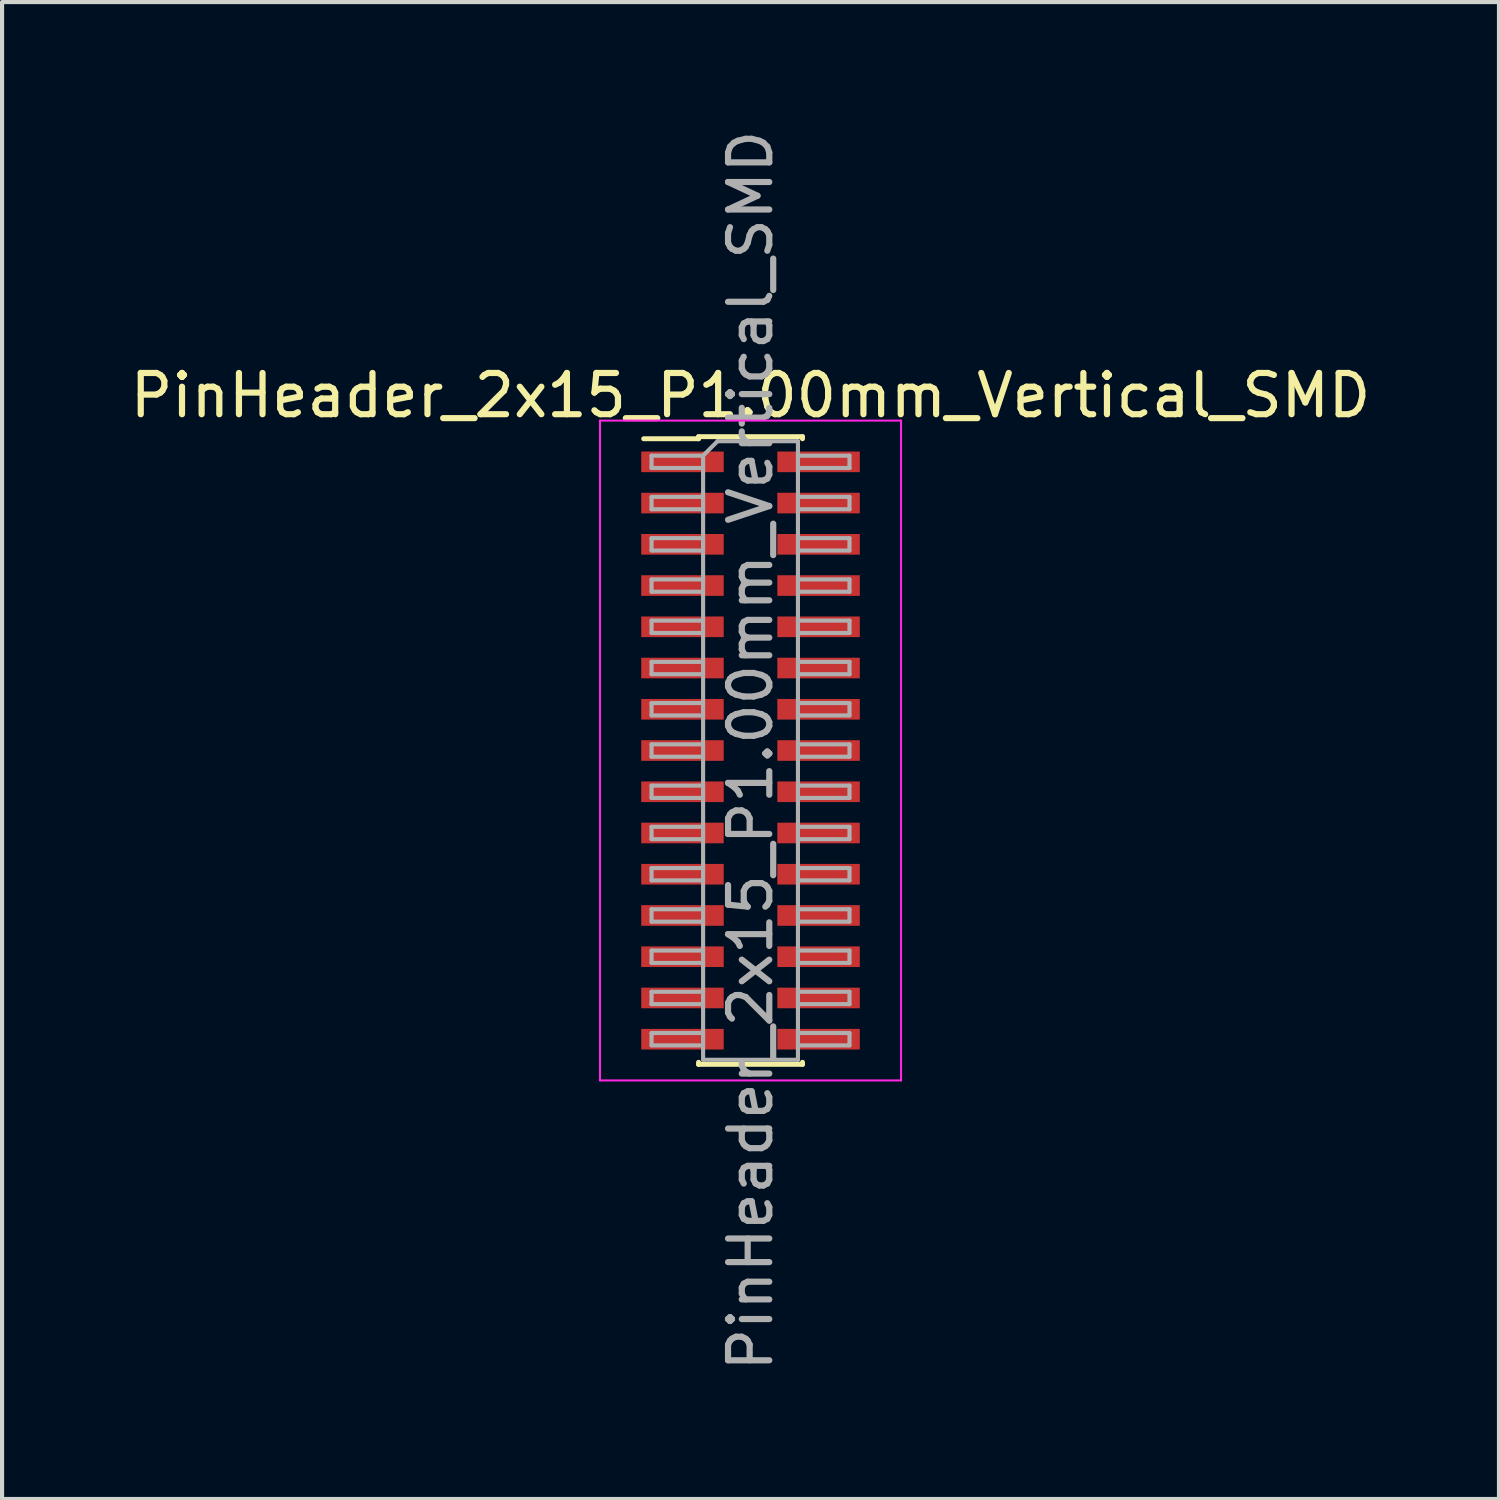
<source format=kicad_pcb>
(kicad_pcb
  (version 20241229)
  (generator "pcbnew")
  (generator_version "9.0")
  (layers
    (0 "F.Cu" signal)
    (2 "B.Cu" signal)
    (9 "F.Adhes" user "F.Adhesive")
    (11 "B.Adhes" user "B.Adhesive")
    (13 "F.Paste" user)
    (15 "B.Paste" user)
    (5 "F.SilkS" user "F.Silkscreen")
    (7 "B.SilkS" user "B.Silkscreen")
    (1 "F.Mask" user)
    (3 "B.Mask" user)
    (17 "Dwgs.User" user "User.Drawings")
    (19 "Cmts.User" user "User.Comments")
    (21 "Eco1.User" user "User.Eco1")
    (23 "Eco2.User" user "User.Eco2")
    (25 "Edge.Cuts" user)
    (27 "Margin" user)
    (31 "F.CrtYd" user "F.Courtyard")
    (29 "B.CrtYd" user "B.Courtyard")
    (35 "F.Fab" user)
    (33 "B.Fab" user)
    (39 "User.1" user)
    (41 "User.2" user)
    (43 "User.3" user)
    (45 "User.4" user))
  (footprint "PinHeader_2x15_P1.00mm_Vertical_SMD"
    (layer "F.Cu")
    (at 15.149 15.149)
    (property "Reference" "PinHeader_2x15_P1.00mm_Vertical_SMD" (at 0 -8.61 0) (layer "F.SilkS") (effects (font (size 1 1) (thickness 0.15))))
    (attr smd)
    (fp_line (start -2.59 -7.56) (end -1.26 -7.56) (stroke (width 0.12) (type solid)) (layer "F.SilkS"))
    (fp_line (start -1.26 -7.61) (end -1.26 -7.56) (stroke (width 0.12) (type solid)) (layer "F.SilkS"))
    (fp_line (start -1.26 -7.61) (end 1.26 -7.61) (stroke (width 0.12) (type solid)) (layer "F.SilkS"))
    (fp_line (start -1.26 7.56) (end -1.26 7.61) (stroke (width 0.12) (type solid)) (layer "F.SilkS"))
    (fp_line (start -1.26 7.61) (end 1.26 7.61) (stroke (width 0.12) (type solid)) (layer "F.SilkS"))
    (fp_line (start 1.26 -7.61) (end 1.26 -7.56) (stroke (width 0.12) (type solid)) (layer "F.SilkS"))
    (fp_line (start 1.26 7.56) (end 1.26 7.61) (stroke (width 0.12) (type solid)) (layer "F.SilkS"))
    (fp_line (start -3.65 -8) (end -3.65 8) (stroke (width 0.05) (type solid)) (layer "F.CrtYd"))
    (fp_line (start -3.65 8) (end 3.65 8) (stroke (width 0.05) (type solid)) (layer "F.CrtYd"))
    (fp_line (start 3.65 -8) (end -3.65 -8) (stroke (width 0.05) (type solid)) (layer "F.CrtYd"))
    (fp_line (start 3.65 8) (end 3.65 -8) (stroke (width 0.05) (type solid)) (layer "F.CrtYd"))
    (fp_line (start -2.4 -7.15) (end -2.4 -6.85) (stroke (width 0.1) (type solid)) (layer "F.Fab"))
    (fp_line (start -2.4 -6.85) (end -1.15 -6.85) (stroke (width 0.1) (type solid)) (layer "F.Fab"))
    (fp_line (start -2.4 -6.15) (end -2.4 -5.85) (stroke (width 0.1) (type solid)) (layer "F.Fab"))
    (fp_line (start -2.4 -5.85) (end -1.15 -5.85) (stroke (width 0.1) (type solid)) (layer "F.Fab"))
    (fp_line (start -2.4 -5.15) (end -2.4 -4.85) (stroke (width 0.1) (type solid)) (layer "F.Fab"))
    (fp_line (start -2.4 -4.85) (end -1.15 -4.85) (stroke (width 0.1) (type solid)) (layer "F.Fab"))
    (fp_line (start -2.4 -4.15) (end -2.4 -3.85) (stroke (width 0.1) (type solid)) (layer "F.Fab"))
    (fp_line (start -2.4 -3.85) (end -1.15 -3.85) (stroke (width 0.1) (type solid)) (layer "F.Fab"))
    (fp_line (start -2.4 -3.15) (end -2.4 -2.85) (stroke (width 0.1) (type solid)) (layer "F.Fab"))
    (fp_line (start -2.4 -2.85) (end -1.15 -2.85) (stroke (width 0.1) (type solid)) (layer "F.Fab"))
    (fp_line (start -2.4 -2.15) (end -2.4 -1.85) (stroke (width 0.1) (type solid)) (layer "F.Fab"))
    (fp_line (start -2.4 -1.85) (end -1.15 -1.85) (stroke (width 0.1) (type solid)) (layer "F.Fab"))
    (fp_line (start -2.4 -1.15) (end -2.4 -0.85) (stroke (width 0.1) (type solid)) (layer "F.Fab"))
    (fp_line (start -2.4 -0.85) (end -1.15 -0.85) (stroke (width 0.1) (type solid)) (layer "F.Fab"))
    (fp_line (start -2.4 -0.15) (end -2.4 0.15) (stroke (width 0.1) (type solid)) (layer "F.Fab"))
    (fp_line (start -2.4 0.15) (end -1.15 0.15) (stroke (width 0.1) (type solid)) (layer "F.Fab"))
    (fp_line (start -2.4 0.85) (end -2.4 1.15) (stroke (width 0.1) (type solid)) (layer "F.Fab"))
    (fp_line (start -2.4 1.15) (end -1.15 1.15) (stroke (width 0.1) (type solid)) (layer "F.Fab"))
    (fp_line (start -2.4 1.85) (end -2.4 2.15) (stroke (width 0.1) (type solid)) (layer "F.Fab"))
    (fp_line (start -2.4 2.15) (end -1.15 2.15) (stroke (width 0.1) (type solid)) (layer "F.Fab"))
    (fp_line (start -2.4 2.85) (end -2.4 3.15) (stroke (width 0.1) (type solid)) (layer "F.Fab"))
    (fp_line (start -2.4 3.15) (end -1.15 3.15) (stroke (width 0.1) (type solid)) (layer "F.Fab"))
    (fp_line (start -2.4 3.85) (end -2.4 4.15) (stroke (width 0.1) (type solid)) (layer "F.Fab"))
    (fp_line (start -2.4 4.15) (end -1.15 4.15) (stroke (width 0.1) (type solid)) (layer "F.Fab"))
    (fp_line (start -2.4 4.85) (end -2.4 5.15) (stroke (width 0.1) (type solid)) (layer "F.Fab"))
    (fp_line (start -2.4 5.15) (end -1.15 5.15) (stroke (width 0.1) (type solid)) (layer "F.Fab"))
    (fp_line (start -2.4 5.85) (end -2.4 6.15) (stroke (width 0.1) (type solid)) (layer "F.Fab"))
    (fp_line (start -2.4 6.15) (end -1.15 6.15) (stroke (width 0.1) (type solid)) (layer "F.Fab"))
    (fp_line (start -2.4 6.85) (end -2.4 7.15) (stroke (width 0.1) (type solid)) (layer "F.Fab"))
    (fp_line (start -2.4 7.15) (end -1.15 7.15) (stroke (width 0.1) (type solid)) (layer "F.Fab"))
    (fp_line (start -1.15 -7.15) (end -2.4 -7.15) (stroke (width 0.1) (type solid)) (layer "F.Fab"))
    (fp_line (start -1.15 -7.15) (end -0.8 -7.5) (stroke (width 0.1) (type solid)) (layer "F.Fab"))
    (fp_line (start -1.15 -6.15) (end -2.4 -6.15) (stroke (width 0.1) (type solid)) (layer "F.Fab"))
    (fp_line (start -1.15 -5.15) (end -2.4 -5.15) (stroke (width 0.1) (type solid)) (layer "F.Fab"))
    (fp_line (start -1.15 -4.15) (end -2.4 -4.15) (stroke (width 0.1) (type solid)) (layer "F.Fab"))
    (fp_line (start -1.15 -3.15) (end -2.4 -3.15) (stroke (width 0.1) (type solid)) (layer "F.Fab"))
    (fp_line (start -1.15 -2.15) (end -2.4 -2.15) (stroke (width 0.1) (type solid)) (layer "F.Fab"))
    (fp_line (start -1.15 -1.15) (end -2.4 -1.15) (stroke (width 0.1) (type solid)) (layer "F.Fab"))
    (fp_line (start -1.15 -0.15) (end -2.4 -0.15) (stroke (width 0.1) (type solid)) (layer "F.Fab"))
    (fp_line (start -1.15 0.85) (end -2.4 0.85) (stroke (width 0.1) (type solid)) (layer "F.Fab"))
    (fp_line (start -1.15 1.85) (end -2.4 1.85) (stroke (width 0.1) (type solid)) (layer "F.Fab"))
    (fp_line (start -1.15 2.85) (end -2.4 2.85) (stroke (width 0.1) (type solid)) (layer "F.Fab"))
    (fp_line (start -1.15 3.85) (end -2.4 3.85) (stroke (width 0.1) (type solid)) (layer "F.Fab"))
    (fp_line (start -1.15 4.85) (end -2.4 4.85) (stroke (width 0.1) (type solid)) (layer "F.Fab"))
    (fp_line (start -1.15 5.85) (end -2.4 5.85) (stroke (width 0.1) (type solid)) (layer "F.Fab"))
    (fp_line (start -1.15 6.85) (end -2.4 6.85) (stroke (width 0.1) (type solid)) (layer "F.Fab"))
    (fp_line (start -1.15 7.5) (end -1.15 -7.15) (stroke (width 0.1) (type solid)) (layer "F.Fab"))
    (fp_line (start -0.8 -7.5) (end 1.15 -7.5) (stroke (width 0.1) (type solid)) (layer "F.Fab"))
    (fp_line (start 1.15 -7.5) (end 1.15 7.5) (stroke (width 0.1) (type solid)) (layer "F.Fab"))
    (fp_line (start 1.15 -7.15) (end 2.4 -7.15) (stroke (width 0.1) (type solid)) (layer "F.Fab"))
    (fp_line (start 1.15 -6.15) (end 2.4 -6.15) (stroke (width 0.1) (type solid)) (layer "F.Fab"))
    (fp_line (start 1.15 -5.15) (end 2.4 -5.15) (stroke (width 0.1) (type solid)) (layer "F.Fab"))
    (fp_line (start 1.15 -4.15) (end 2.4 -4.15) (stroke (width 0.1) (type solid)) (layer "F.Fab"))
    (fp_line (start 1.15 -3.15) (end 2.4 -3.15) (stroke (width 0.1) (type solid)) (layer "F.Fab"))
    (fp_line (start 1.15 -2.15) (end 2.4 -2.15) (stroke (width 0.1) (type solid)) (layer "F.Fab"))
    (fp_line (start 1.15 -1.15) (end 2.4 -1.15) (stroke (width 0.1) (type solid)) (layer "F.Fab"))
    (fp_line (start 1.15 -0.15) (end 2.4 -0.15) (stroke (width 0.1) (type solid)) (layer "F.Fab"))
    (fp_line (start 1.15 0.85) (end 2.4 0.85) (stroke (width 0.1) (type solid)) (layer "F.Fab"))
    (fp_line (start 1.15 1.85) (end 2.4 1.85) (stroke (width 0.1) (type solid)) (layer "F.Fab"))
    (fp_line (start 1.15 2.85) (end 2.4 2.85) (stroke (width 0.1) (type solid)) (layer "F.Fab"))
    (fp_line (start 1.15 3.85) (end 2.4 3.85) (stroke (width 0.1) (type solid)) (layer "F.Fab"))
    (fp_line (start 1.15 4.85) (end 2.4 4.85) (stroke (width 0.1) (type solid)) (layer "F.Fab"))
    (fp_line (start 1.15 5.85) (end 2.4 5.85) (stroke (width 0.1) (type solid)) (layer "F.Fab"))
    (fp_line (start 1.15 6.85) (end 2.4 6.85) (stroke (width 0.1) (type solid)) (layer "F.Fab"))
    (fp_line (start 1.15 7.5) (end -1.15 7.5) (stroke (width 0.1) (type solid)) (layer "F.Fab"))
    (fp_line (start 2.4 -7.15) (end 2.4 -6.85) (stroke (width 0.1) (type solid)) (layer "F.Fab"))
    (fp_line (start 2.4 -6.85) (end 1.15 -6.85) (stroke (width 0.1) (type solid)) (layer "F.Fab"))
    (fp_line (start 2.4 -6.15) (end 2.4 -5.85) (stroke (width 0.1) (type solid)) (layer "F.Fab"))
    (fp_line (start 2.4 -5.85) (end 1.15 -5.85) (stroke (width 0.1) (type solid)) (layer "F.Fab"))
    (fp_line (start 2.4 -5.15) (end 2.4 -4.85) (stroke (width 0.1) (type solid)) (layer "F.Fab"))
    (fp_line (start 2.4 -4.85) (end 1.15 -4.85) (stroke (width 0.1) (type solid)) (layer "F.Fab"))
    (fp_line (start 2.4 -4.15) (end 2.4 -3.85) (stroke (width 0.1) (type solid)) (layer "F.Fab"))
    (fp_line (start 2.4 -3.85) (end 1.15 -3.85) (stroke (width 0.1) (type solid)) (layer "F.Fab"))
    (fp_line (start 2.4 -3.15) (end 2.4 -2.85) (stroke (width 0.1) (type solid)) (layer "F.Fab"))
    (fp_line (start 2.4 -2.85) (end 1.15 -2.85) (stroke (width 0.1) (type solid)) (layer "F.Fab"))
    (fp_line (start 2.4 -2.15) (end 2.4 -1.85) (stroke (width 0.1) (type solid)) (layer "F.Fab"))
    (fp_line (start 2.4 -1.85) (end 1.15 -1.85) (stroke (width 0.1) (type solid)) (layer "F.Fab"))
    (fp_line (start 2.4 -1.15) (end 2.4 -0.85) (stroke (width 0.1) (type solid)) (layer "F.Fab"))
    (fp_line (start 2.4 -0.85) (end 1.15 -0.85) (stroke (width 0.1) (type solid)) (layer "F.Fab"))
    (fp_line (start 2.4 -0.15) (end 2.4 0.15) (stroke (width 0.1) (type solid)) (layer "F.Fab"))
    (fp_line (start 2.4 0.15) (end 1.15 0.15) (stroke (width 0.1) (type solid)) (layer "F.Fab"))
    (fp_line (start 2.4 0.85) (end 2.4 1.15) (stroke (width 0.1) (type solid)) (layer "F.Fab"))
    (fp_line (start 2.4 1.15) (end 1.15 1.15) (stroke (width 0.1) (type solid)) (layer "F.Fab"))
    (fp_line (start 2.4 1.85) (end 2.4 2.15) (stroke (width 0.1) (type solid)) (layer "F.Fab"))
    (fp_line (start 2.4 2.15) (end 1.15 2.15) (stroke (width 0.1) (type solid)) (layer "F.Fab"))
    (fp_line (start 2.4 2.85) (end 2.4 3.15) (stroke (width 0.1) (type solid)) (layer "F.Fab"))
    (fp_line (start 2.4 3.15) (end 1.15 3.15) (stroke (width 0.1) (type solid)) (layer "F.Fab"))
    (fp_line (start 2.4 3.85) (end 2.4 4.15) (stroke (width 0.1) (type solid)) (layer "F.Fab"))
    (fp_line (start 2.4 4.15) (end 1.15 4.15) (stroke (width 0.1) (type solid)) (layer "F.Fab"))
    (fp_line (start 2.4 4.85) (end 2.4 5.15) (stroke (width 0.1) (type solid)) (layer "F.Fab"))
    (fp_line (start 2.4 5.15) (end 1.15 5.15) (stroke (width 0.1) (type solid)) (layer "F.Fab"))
    (fp_line (start 2.4 5.85) (end 2.4 6.15) (stroke (width 0.1) (type solid)) (layer "F.Fab"))
    (fp_line (start 2.4 6.15) (end 1.15 6.15) (stroke (width 0.1) (type solid)) (layer "F.Fab"))
    (fp_line (start 2.4 6.85) (end 2.4 7.15) (stroke (width 0.1) (type solid)) (layer "F.Fab"))
    (fp_line (start 2.4 7.15) (end 1.15 7.15) (stroke (width 0.1) (type solid)) (layer "F.Fab"))
    (fp_text user "${REFERENCE}" (at 0 0 90) (layer "F.Fab") (effects (font (size 1 1) (thickness 0.15))))
    (pad "1" smd rect (at -1.65 -7) (size 2 0.5) (layers "F.Cu" "F.Mask" "F.Paste"))
    (pad "2" smd rect (at 1.65 -7) (size 2 0.5) (layers "F.Cu" "F.Mask" "F.Paste"))
    (pad "3" smd rect (at -1.65 -6) (size 2 0.5) (layers "F.Cu" "F.Mask" "F.Paste"))
    (pad "4" smd rect (at 1.65 -6) (size 2 0.5) (layers "F.Cu" "F.Mask" "F.Paste"))
    (pad "5" smd rect (at -1.65 -5) (size 2 0.5) (layers "F.Cu" "F.Mask" "F.Paste"))
    (pad "6" smd rect (at 1.65 -5) (size 2 0.5) (layers "F.Cu" "F.Mask" "F.Paste"))
    (pad "7" smd rect (at -1.65 -4) (size 2 0.5) (layers "F.Cu" "F.Mask" "F.Paste"))
    (pad "8" smd rect (at 1.65 -4) (size 2 0.5) (layers "F.Cu" "F.Mask" "F.Paste"))
    (pad "9" smd rect (at -1.65 -3) (size 2 0.5) (layers "F.Cu" "F.Mask" "F.Paste"))
    (pad "10" smd rect (at 1.65 -3) (size 2 0.5) (layers "F.Cu" "F.Mask" "F.Paste"))
    (pad "11" smd rect (at -1.65 -2) (size 2 0.5) (layers "F.Cu" "F.Mask" "F.Paste"))
    (pad "12" smd rect (at 1.65 -2) (size 2 0.5) (layers "F.Cu" "F.Mask" "F.Paste"))
    (pad "13" smd rect (at -1.65 -1) (size 2 0.5) (layers "F.Cu" "F.Mask" "F.Paste"))
    (pad "14" smd rect (at 1.65 -1) (size 2 0.5) (layers "F.Cu" "F.Mask" "F.Paste"))
    (pad "15" smd rect (at -1.65 0) (size 2 0.5) (layers "F.Cu" "F.Mask" "F.Paste"))
    (pad "16" smd rect (at 1.65 0) (size 2 0.5) (layers "F.Cu" "F.Mask" "F.Paste"))
    (pad "17" smd rect (at -1.65 1) (size 2 0.5) (layers "F.Cu" "F.Mask" "F.Paste"))
    (pad "18" smd rect (at 1.65 1) (size 2 0.5) (layers "F.Cu" "F.Mask" "F.Paste"))
    (pad "19" smd rect (at -1.65 2) (size 2 0.5) (layers "F.Cu" "F.Mask" "F.Paste"))
    (pad "20" smd rect (at 1.65 2) (size 2 0.5) (layers "F.Cu" "F.Mask" "F.Paste"))
    (pad "21" smd rect (at -1.65 3) (size 2 0.5) (layers "F.Cu" "F.Mask" "F.Paste"))
    (pad "22" smd rect (at 1.65 3) (size 2 0.5) (layers "F.Cu" "F.Mask" "F.Paste"))
    (pad "23" smd rect (at -1.65 4) (size 2 0.5) (layers "F.Cu" "F.Mask" "F.Paste"))
    (pad "24" smd rect (at 1.65 4) (size 2 0.5) (layers "F.Cu" "F.Mask" "F.Paste"))
    (pad "25" smd rect (at -1.65 5) (size 2 0.5) (layers "F.Cu" "F.Mask" "F.Paste"))
    (pad "26" smd rect (at 1.65 5) (size 2 0.5) (layers "F.Cu" "F.Mask" "F.Paste"))
    (pad "27" smd rect (at -1.65 6) (size 2 0.5) (layers "F.Cu" "F.Mask" "F.Paste"))
    (pad "28" smd rect (at 1.65 6) (size 2 0.5) (layers "F.Cu" "F.Mask" "F.Paste"))
    (pad "29" smd rect (at -1.65 7) (size 2 0.5) (layers "F.Cu" "F.Mask" "F.Paste"))
    (pad "30" smd rect (at 1.65 7) (size 2 0.5) (layers "F.Cu" "F.Mask" "F.Paste")))
  (gr_rect
    (start -3 -3)
    (end 33.298 33.298)
    (stroke (width 0.1) (type default))
    (fill no)
    (layer "Edge.Cuts")))
</source>
